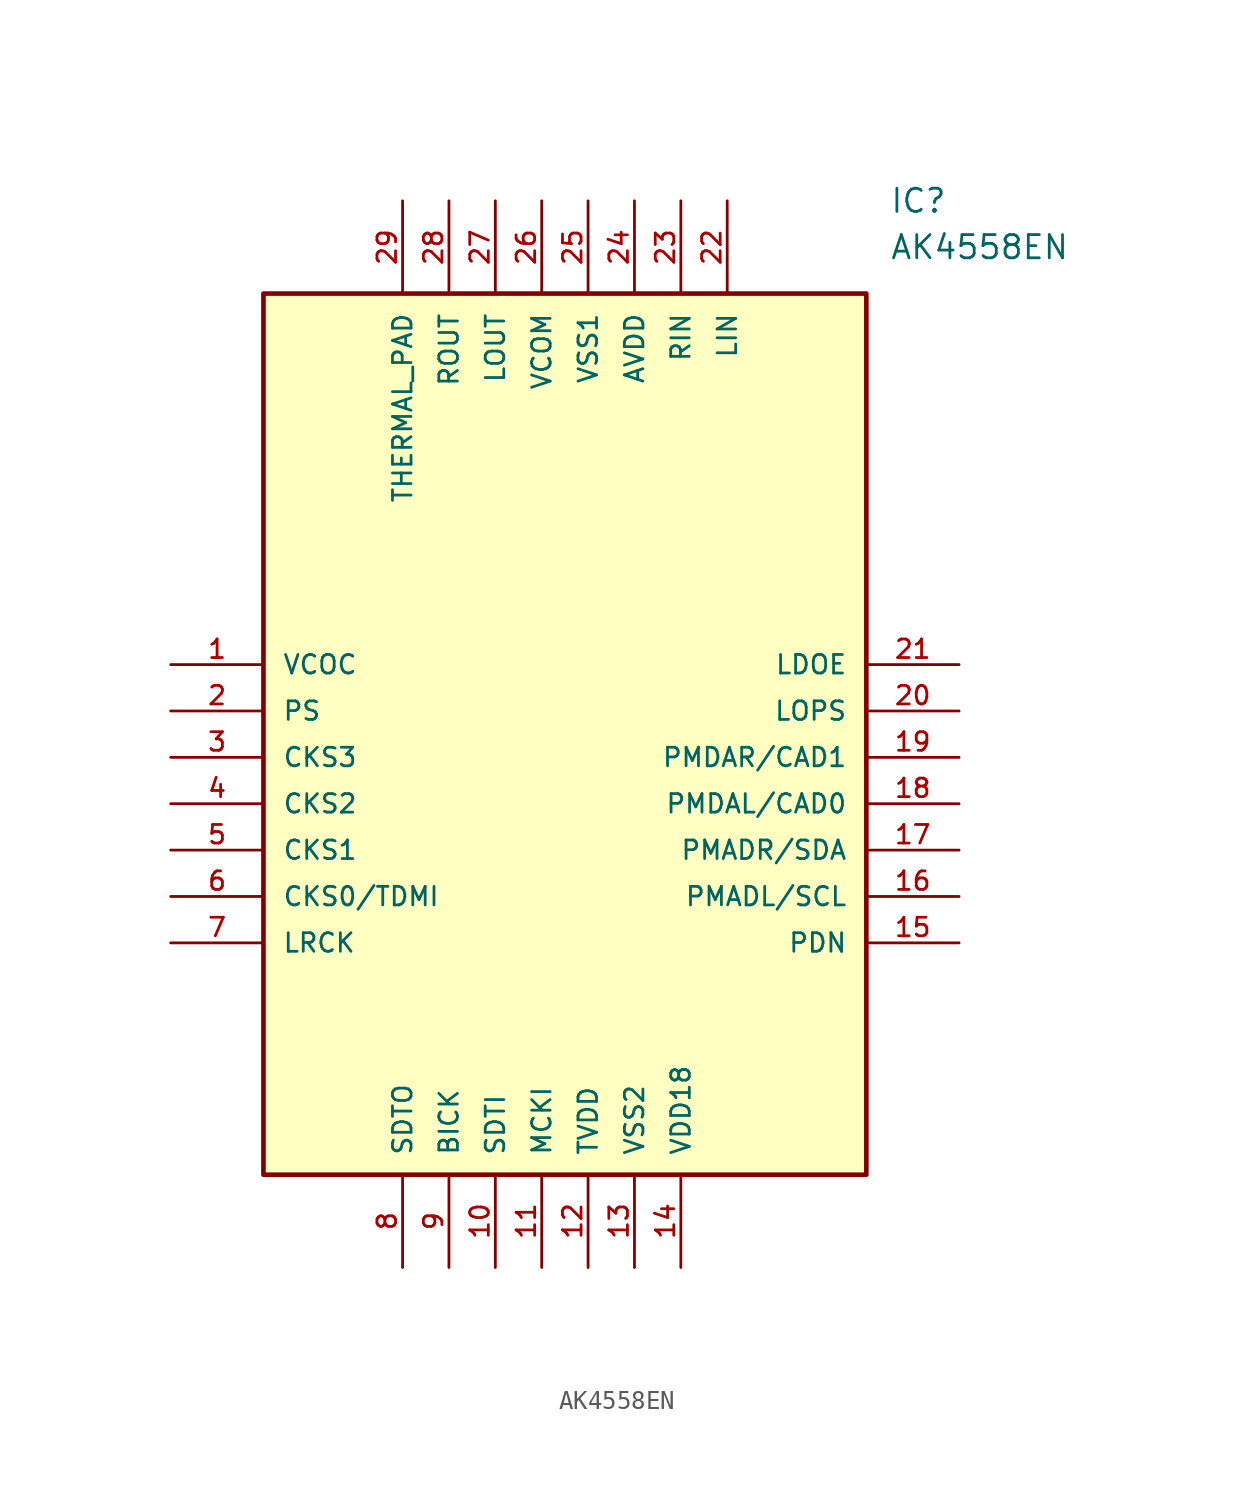
<source format=kicad_sym>
(kicad_symbol_lib
  (version 20211014)
  (generator kicad_symbol_editor)
  (symbol "AK4558EN"
    (pin_names
      (offset 1.016))
    (property "Reference" "IC"
      (at 39.37 25.4 0)
      (effects (font (size 1.27 1.27)) (justify left)))
    (property "Value" "AK4558EN"
      (at 39.37 22.86 0)
      (effects (font (size 1.27 1.27)) (justify left)))
    (symbol "AK4558EN_0_0"
      (rectangle (start 5.08 -27.94) (end 38.1 20.32) (stroke (width 0.254)) (fill (type background)))
      (pin bidirectional line (at 0.0 0.0 0) (length 5.08) (name "VCOC" (effects (font (size 1.016 1.016)))) (number "1" (effects (font (size 1.016 1.016)))))
      (pin bidirectional line (at 0.0 -2.54 0) (length 5.08) (name "PS" (effects (font (size 1.016 1.016)))) (number "2" (effects (font (size 1.016 1.016)))))
      (pin bidirectional line (at 0.0 -5.08 0) (length 5.08) (name "CKS3" (effects (font (size 1.016 1.016)))) (number "3" (effects (font (size 1.016 1.016)))))
      (pin bidirectional line (at 0.0 -7.62 0) (length 5.08) (name "CKS2" (effects (font (size 1.016 1.016)))) (number "4" (effects (font (size 1.016 1.016)))))
      (pin bidirectional line (at 0.0 -10.16 0) (length 5.08) (name "CKS1" (effects (font (size 1.016 1.016)))) (number "5" (effects (font (size 1.016 1.016)))))
      (pin bidirectional line (at 0.0 -12.7 0) (length 5.08) (name "CKS0/TDMI" (effects (font (size 1.016 1.016)))) (number "6" (effects (font (size 1.016 1.016)))))
      (pin bidirectional line (at 0.0 -15.24 0) (length 5.08) (name "LRCK" (effects (font (size 1.016 1.016)))) (number "7" (effects (font (size 1.016 1.016)))))
      (pin bidirectional line (at 12.7 -33.02 90.0) (length 5.08) (name "SDTO" (effects (font (size 1.016 1.016)))) (number "8" (effects (font (size 1.016 1.016)))))
      (pin bidirectional line (at 15.24 -33.02 90.0) (length 5.08) (name "BICK" (effects (font (size 1.016 1.016)))) (number "9" (effects (font (size 1.016 1.016)))))
      (pin bidirectional line (at 17.78 -33.02 90.0) (length 5.08) (name "SDTI" (effects (font (size 1.016 1.016)))) (number "10" (effects (font (size 1.016 1.016)))))
      (pin bidirectional line (at 20.32 -33.02 90.0) (length 5.08) (name "MCKI" (effects (font (size 1.016 1.016)))) (number "11" (effects (font (size 1.016 1.016)))))
      (pin bidirectional line (at 22.86 -33.02 90.0) (length 5.08) (name "TVDD" (effects (font (size 1.016 1.016)))) (number "12" (effects (font (size 1.016 1.016)))))
      (pin bidirectional line (at 25.4 -33.02 90.0) (length 5.08) (name "VSS2" (effects (font (size 1.016 1.016)))) (number "13" (effects (font (size 1.016 1.016)))))
      (pin bidirectional line (at 27.94 -33.02 90.0) (length 5.08) (name "VDD18" (effects (font (size 1.016 1.016)))) (number "14" (effects (font (size 1.016 1.016)))))
      (pin bidirectional line (at 43.18 0.0 180.0) (length 5.08) (name "LDOE" (effects (font (size 1.016 1.016)))) (number "21" (effects (font (size 1.016 1.016)))))
      (pin bidirectional line (at 43.18 -2.54 180.0) (length 5.08) (name "LOPS" (effects (font (size 1.016 1.016)))) (number "20" (effects (font (size 1.016 1.016)))))
      (pin bidirectional line (at 43.18 -5.08 180.0) (length 5.08) (name "PMDAR/CAD1" (effects (font (size 1.016 1.016)))) (number "19" (effects (font (size 1.016 1.016)))))
      (pin bidirectional line (at 43.18 -7.62 180.0) (length 5.08) (name "PMDAL/CAD0" (effects (font (size 1.016 1.016)))) (number "18" (effects (font (size 1.016 1.016)))))
      (pin bidirectional line (at 43.18 -10.16 180.0) (length 5.08) (name "PMADR/SDA" (effects (font (size 1.016 1.016)))) (number "17" (effects (font (size 1.016 1.016)))))
      (pin bidirectional line (at 43.18 -12.7 180.0) (length 5.08) (name "PMADL/SCL" (effects (font (size 1.016 1.016)))) (number "16" (effects (font (size 1.016 1.016)))))
      (pin bidirectional line (at 43.18 -15.24 180.0) (length 5.08) (name "PDN" (effects (font (size 1.016 1.016)))) (number "15" (effects (font (size 1.016 1.016)))))
      (pin bidirectional line (at 12.7 25.4 270.0) (length 5.08) (name "THERMAL_PAD" (effects (font (size 1.016 1.016)))) (number "29" (effects (font (size 1.016 1.016)))))
      (pin bidirectional line (at 15.24 25.4 270.0) (length 5.08) (name "ROUT" (effects (font (size 1.016 1.016)))) (number "28" (effects (font (size 1.016 1.016)))))
      (pin bidirectional line (at 17.78 25.4 270.0) (length 5.08) (name "LOUT" (effects (font (size 1.016 1.016)))) (number "27" (effects (font (size 1.016 1.016)))))
      (pin bidirectional line (at 20.32 25.4 270.0) (length 5.08) (name "VCOM" (effects (font (size 1.016 1.016)))) (number "26" (effects (font (size 1.016 1.016)))))
      (pin bidirectional line (at 22.86 25.4 270.0) (length 5.08) (name "VSS1" (effects (font (size 1.016 1.016)))) (number "25" (effects (font (size 1.016 1.016)))))
      (pin bidirectional line (at 25.4 25.4 270.0) (length 5.08) (name "AVDD" (effects (font (size 1.016 1.016)))) (number "24" (effects (font (size 1.016 1.016)))))
      (pin bidirectional line (at 27.94 25.4 270.0) (length 5.08) (name "RIN" (effects (font (size 1.016 1.016)))) (number "23" (effects (font (size 1.016 1.016)))))
      (pin bidirectional line (at 30.48 25.4 270.0) (length 5.08) (name "LIN" (effects (font (size 1.016 1.016)))) (number "22" (effects (font (size 1.016 1.016))))))))
</source>
